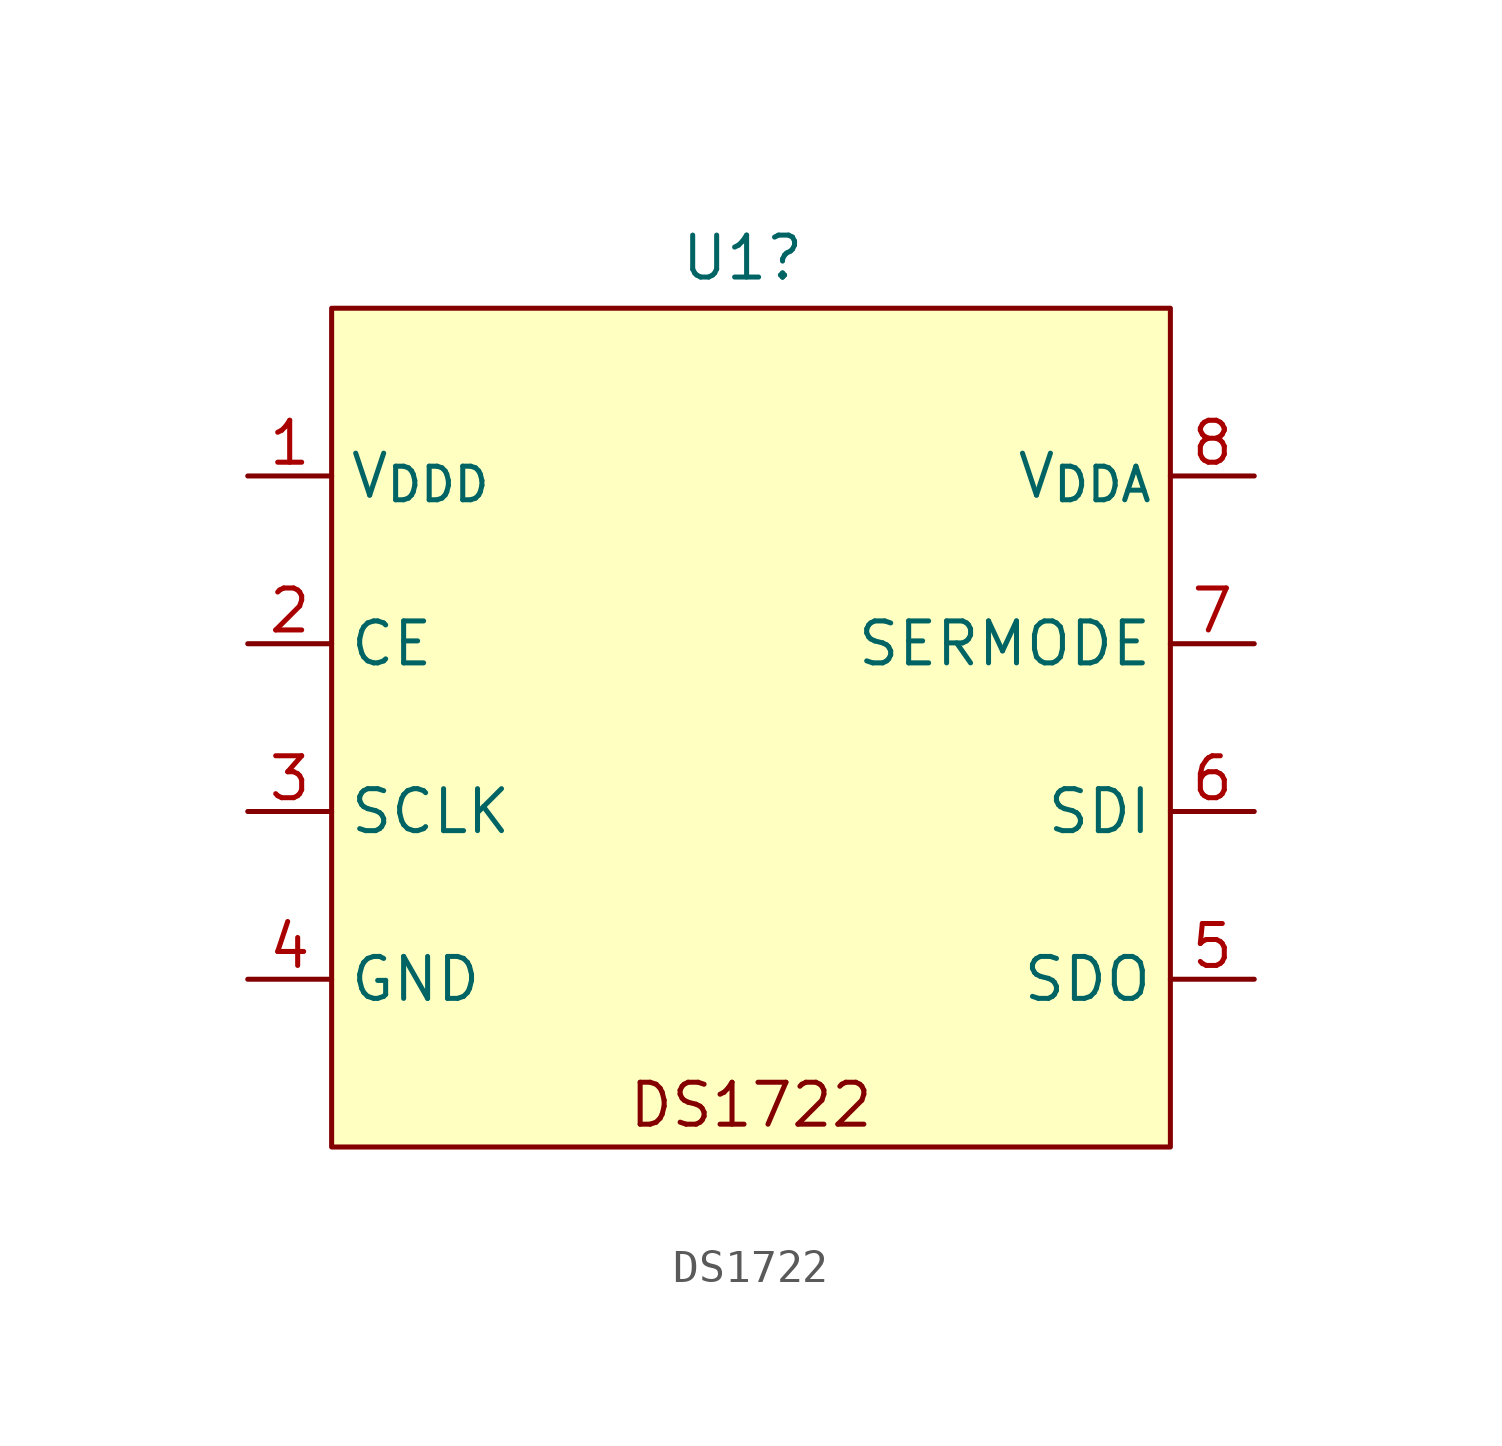
<source format=kicad_sym>
(kicad_symbol_lib
  (version 20231120)
  (generator "kicad_symbol_editor")
  (generator_version "8.0")
  (symbol "DS1722"
    (property "Reference" "U1"
      (at -0.254 14.224 0)
      (effects (font (size 1.27 1.27))))
    (property "Value" ""
      (at 0 0 0)
      (effects (font (size 1.27 1.27))))
    (symbol "DS1722_1_1"
      (rectangle (start -12.7 12.7) (end 12.7 -12.7) (stroke (width 0) (type default)) (fill (type background)))
      (text "DS1722" (at 0 -11.43 0) (effects (font (size 1.27 1.27))))
      (pin input line (at -15.24 7.62 0) (length 2.54) (name "V_{DDD}" (effects (font (size 1.27 1.27)))) (number "1" (effects (font (size 1.27 1.27)))))
      (pin input line (at -15.24 2.54 0) (length 2.54) (name "CE" (effects (font (size 1.27 1.27)))) (number "2" (effects (font (size 1.27 1.27)))))
      (pin input line (at -15.24 -2.54 0) (length 2.54) (name "SCLK" (effects (font (size 1.27 1.27)))) (number "3" (effects (font (size 1.27 1.27)))))
      (pin input line (at -15.24 -7.62 0) (length 2.54) (name "GND" (effects (font (size 1.27 1.27)))) (number "4" (effects (font (size 1.27 1.27)))))
      (pin input line (at 15.24 -7.62 180) (length 2.54) (name "SDO" (effects (font (size 1.27 1.27)))) (number "5" (effects (font (size 1.27 1.27)))))
      (pin input line (at 15.24 -2.54 180) (length 2.54) (name "SDI" (effects (font (size 1.27 1.27)))) (number "6" (effects (font (size 1.27 1.27)))))
      (pin input line (at 15.24 2.54 180) (length 2.54) (name "SERMODE" (effects (font (size 1.27 1.27)))) (number "7" (effects (font (size 1.27 1.27)))))
      (pin input line (at 15.24 7.62 180) (length 2.54) (name "V_{DDA}" (effects (font (size 1.27 1.27)))) (number "8" (effects (font (size 1.27 1.27))))))))
</source>
